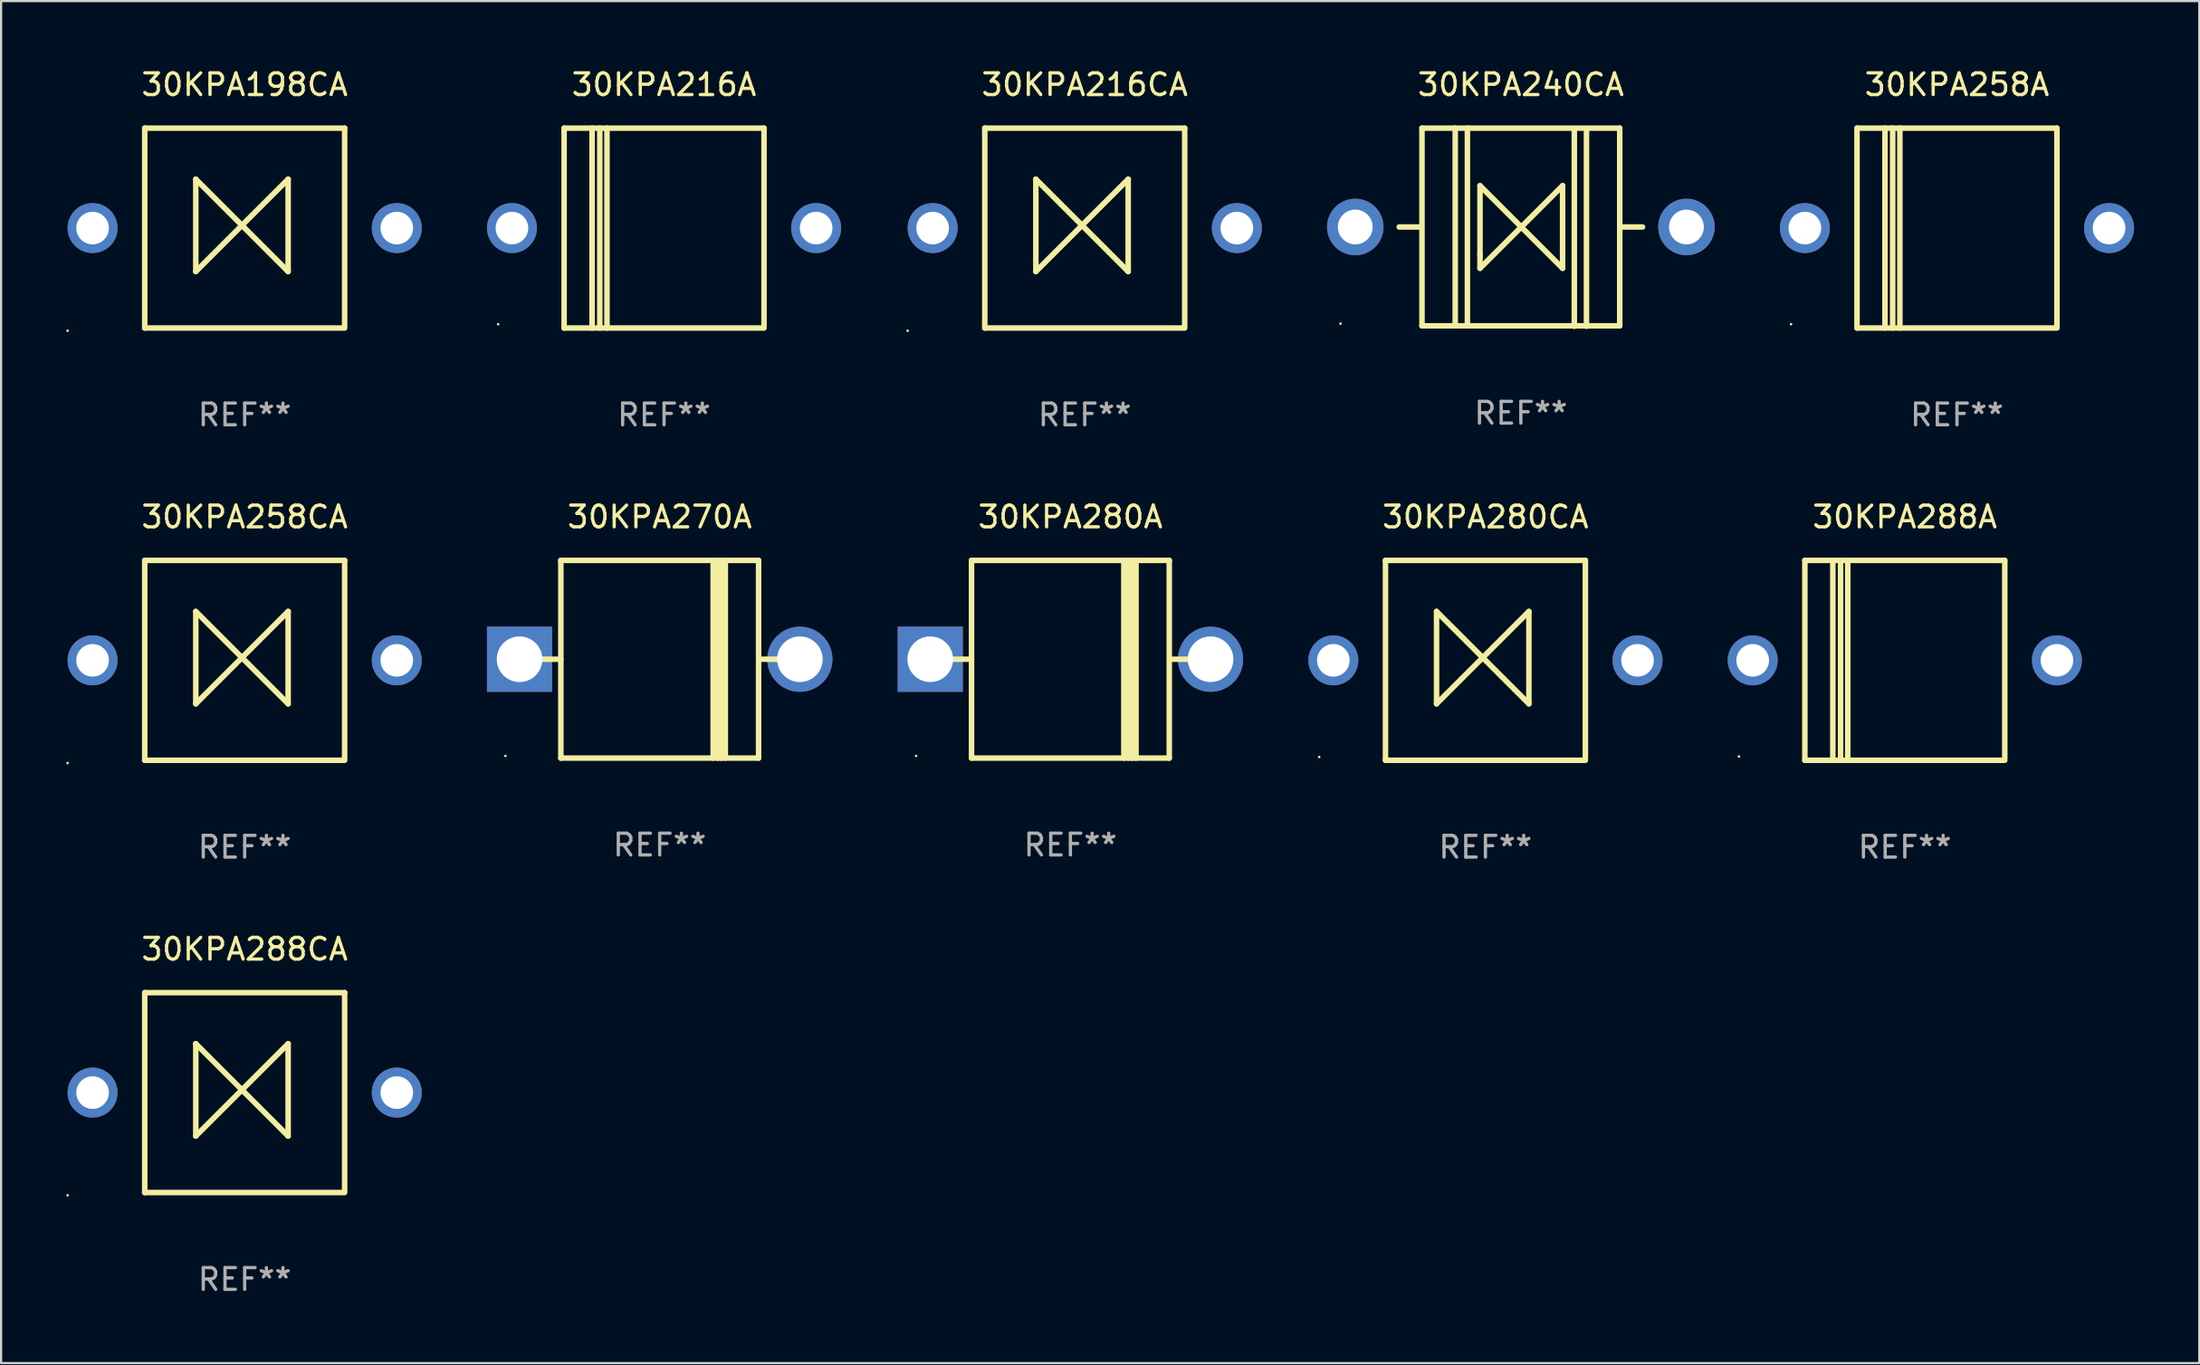
<source format=kicad_pcb>
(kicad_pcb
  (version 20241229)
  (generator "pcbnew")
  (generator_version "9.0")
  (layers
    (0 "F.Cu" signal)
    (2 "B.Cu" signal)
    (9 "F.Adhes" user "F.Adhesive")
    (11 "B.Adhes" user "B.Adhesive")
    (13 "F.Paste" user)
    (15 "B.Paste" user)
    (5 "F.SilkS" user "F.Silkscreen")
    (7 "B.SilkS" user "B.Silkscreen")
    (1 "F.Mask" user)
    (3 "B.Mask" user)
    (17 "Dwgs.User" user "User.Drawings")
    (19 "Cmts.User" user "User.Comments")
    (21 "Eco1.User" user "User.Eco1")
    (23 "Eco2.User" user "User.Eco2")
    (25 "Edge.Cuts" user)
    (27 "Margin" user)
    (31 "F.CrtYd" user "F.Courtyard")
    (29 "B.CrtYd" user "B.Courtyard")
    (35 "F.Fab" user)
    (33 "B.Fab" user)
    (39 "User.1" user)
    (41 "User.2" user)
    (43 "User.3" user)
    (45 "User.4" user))
  (footprint "30KPA240CA"
    (layer "F.Cu")
    (at 66.94 7.409)
    (property "Reference" "30KPA240CA" (at 0 -6.561 0) (layer "F.SilkS") (effects (font (size 1 1) (thickness 0.15))))
    (attr through_hole)
    (fp_line (start -4.58 -0.011) (end -5.6 -0.011) (stroke (width 0.254) (type solid)) (layer "F.SilkS"))
    (fp_line (start -4.55 -4.561) (end 4.55 -4.561) (stroke (width 0.254) (type solid)) (layer "F.SilkS"))
    (fp_line (start -4.55 -4.561) (end -4.55 4.539) (stroke (width 0.254) (type solid)) (layer "F.SilkS"))
    (fp_line (start -3.02 -4.561) (end -3.02 4.539) (stroke (width 0.254) (type solid)) (layer "F.SilkS"))
    (fp_line (start -2.46 -4.561) (end -2.46 4.539) (stroke (width 0.254) (type solid)) (layer "F.SilkS"))
    (fp_line (start -1.88 -1.911) (end 0.02 -0.011) (stroke (width 0.254) (type solid)) (layer "F.SilkS"))
    (fp_line (start -1.88 1.289) (end -1.88 -1.911) (stroke (width 0.254) (type solid)) (layer "F.SilkS"))
    (fp_line (start -1.88 1.889) (end -1.88 1.289) (stroke (width 0.254) (type solid)) (layer "F.SilkS"))
    (fp_line (start 0.02 -0.011) (end -1.88 1.889) (stroke (width 0.254) (type solid)) (layer "F.SilkS"))
    (fp_line (start 0.02 -0.011) (end 1.92 -1.911) (stroke (width 0.254) (type solid)) (layer "F.SilkS"))
    (fp_line (start 1.92 -1.911) (end 1.92 -1.311) (stroke (width 0.254) (type solid)) (layer "F.SilkS"))
    (fp_line (start 1.92 -1.311) (end 1.92 1.889) (stroke (width 0.254) (type solid)) (layer "F.SilkS"))
    (fp_line (start 1.92 1.889) (end 0.02 -0.011) (stroke (width 0.254) (type solid)) (layer "F.SilkS"))
    (fp_line (start 2.46 -4.539) (end 2.46 4.561) (stroke (width 0.254) (type solid)) (layer "F.SilkS"))
    (fp_line (start 3.02 -4.539) (end 3.02 4.561) (stroke (width 0.254) (type solid)) (layer "F.SilkS"))
    (fp_line (start 4.55 4.539) (end -4.55 4.539) (stroke (width 0.254) (type solid)) (layer "F.SilkS"))
    (fp_line (start 4.55 4.539) (end 4.55 -4.561) (stroke (width 0.254) (type solid)) (layer "F.SilkS"))
    (fp_line (start 5.6 -0.011) (end 4.55 -0.011) (stroke (width 0.254) (type solid)) (layer "F.SilkS"))
    (fp_circle (center -8.3 4.439) (end -8.27 4.439) (stroke (width 0.06) (type solid)) (fill no) (layer "F.SilkS"))
    (fp_text user "REF**" (at 0 8.561 0) (layer "F.Fab") (effects (font (size 1 1) (thickness 0.15))))
    (pad "1" thru_hole circle (at -7.62 -0.011) (size 2.6 2.6) (drill 1.6) (layers "*.Cu" "*.Mask"))
    (pad "2" thru_hole circle (at 7.62 -0.011) (size 2.6 2.6) (drill 1.6) (layers "*.Cu" "*.Mask")))
  (footprint "30KPA216CA"
    (layer "F.Cu")
    (at 46.87 7.448)
    (property "Reference" "30KPA216CA" (at 0 -6.6 0) (layer "F.SilkS") (effects (font (size 1 1) (thickness 0.15))))
    (attr through_hole)
    (fp_line (start -4.6 -4.6) (end -4.6 4.6) (stroke (width 0.254) (type solid)) (layer "F.SilkS"))
    (fp_line (start -4.6 -4.6) (end 4.6 -4.6) (stroke (width 0.254) (type solid)) (layer "F.SilkS"))
    (fp_line (start -4.6 4.6) (end 4.6 4.6) (stroke (width 0.254) (type solid)) (layer "F.SilkS"))
    (fp_line (start -2.25 -2.25) (end -2.25 2) (stroke (width 0.254) (type solid)) (layer "F.SilkS"))
    (fp_line (start -2.25 2) (end 2 -2.25) (stroke (width 0.254) (type solid)) (layer "F.SilkS"))
    (fp_line (start 2 -2.25) (end 2 2) (stroke (width 0.254) (type solid)) (layer "F.SilkS"))
    (fp_line (start 2 2) (end -2.25 -2.25) (stroke (width 0.254) (type solid)) (layer "F.SilkS"))
    (fp_line (start 4.6 -4.6) (end 4.6 4.5) (stroke (width 0.254) (type solid)) (layer "F.SilkS"))
    (fp_circle (center -8.15 4.727) (end -8.12 4.727) (stroke (width 0.06) (type solid)) (fill no) (layer "F.SilkS"))
    (fp_text user "REF**" (at 0 8.6 0) (layer "F.Fab") (effects (font (size 1 1) (thickness 0.15))))
    (pad "1" thru_hole circle (at -7 0) (size 2.3 2.3) (drill 1.5) (layers "*.Cu" "*.Mask"))
    (pad "2" thru_hole circle (at 7 0) (size 2.3 2.3) (drill 1.5) (layers "*.Cu" "*.Mask")))
  (footprint "30KPA288CA"
    (layer "F.Cu")
    (at 8.21 47.241)
    (property "Reference" "30KPA288CA" (at 0 -6.6 0) (layer "F.SilkS") (effects (font (size 1 1) (thickness 0.15))))
    (attr through_hole)
    (fp_line (start -4.6 -4.6) (end -4.6 4.6) (stroke (width 0.254) (type solid)) (layer "F.SilkS"))
    (fp_line (start -4.6 -4.6) (end 4.6 -4.6) (stroke (width 0.254) (type solid)) (layer "F.SilkS"))
    (fp_line (start -4.6 4.6) (end 4.6 4.6) (stroke (width 0.254) (type solid)) (layer "F.SilkS"))
    (fp_line (start -2.25 -2.25) (end -2.25 2) (stroke (width 0.254) (type solid)) (layer "F.SilkS"))
    (fp_line (start -2.25 2) (end 2 -2.25) (stroke (width 0.254) (type solid)) (layer "F.SilkS"))
    (fp_line (start 2 -2.25) (end 2 2) (stroke (width 0.254) (type solid)) (layer "F.SilkS"))
    (fp_line (start 2 2) (end -2.25 -2.25) (stroke (width 0.254) (type solid)) (layer "F.SilkS"))
    (fp_line (start 4.6 -4.6) (end 4.6 4.5) (stroke (width 0.254) (type solid)) (layer "F.SilkS"))
    (fp_circle (center -8.15 4.727) (end -8.12 4.727) (stroke (width 0.06) (type solid)) (fill no) (layer "F.SilkS"))
    (fp_text user "REF**" (at 0 8.6 0) (layer "F.Fab") (effects (font (size 1 1) (thickness 0.15))))
    (pad "1" thru_hole circle (at -7 0) (size 2.3 2.3) (drill 1.5) (layers "*.Cu" "*.Mask"))
    (pad "2" thru_hole circle (at 7 0) (size 2.3 2.3) (drill 1.5) (layers "*.Cu" "*.Mask")))
  (footprint "30KPA258A"
    (layer "F.Cu")
    (at 87.01 7.448)
    (property "Reference" "30KPA258A" (at 0 -6.6 0) (layer "F.SilkS") (effects (font (size 1 1) (thickness 0.15))))
    (attr through_hole)
    (fp_line (start -4.6 -4.6) (end -4.6 4.6) (stroke (width 0.254) (type solid)) (layer "F.SilkS"))
    (fp_line (start -4.6 -4.6) (end 4.6 -4.6) (stroke (width 0.254) (type solid)) (layer "F.SilkS"))
    (fp_line (start -4.6 4.6) (end 4.6 4.6) (stroke (width 0.254) (type solid)) (layer "F.SilkS"))
    (fp_line (start -3.313 -4.6) (end -3.313 4.6) (stroke (width 0.254) (type solid)) (layer "F.SilkS"))
    (fp_line (start -2.957 -4.6) (end -2.957 4.6) (stroke (width 0.254) (type solid)) (layer "F.SilkS"))
    (fp_line (start -2.627 -4.6) (end -2.627 4.6) (stroke (width 0.254) (type solid)) (layer "F.SilkS"))
    (fp_line (start 4.6 -4.6) (end 4.6 4.5) (stroke (width 0.254) (type solid)) (layer "F.SilkS"))
    (fp_circle (center -7.635 4.425) (end -7.605 4.425) (stroke (width 0.06) (type solid)) (fill no) (layer "F.SilkS"))
    (fp_text user "REF**" (at 0 8.6 0) (layer "F.Fab") (effects (font (size 1 1) (thickness 0.15))))
    (pad "1" thru_hole circle (at -7 0) (size 2.3 2.3) (drill 1.5) (layers "*.Cu" "*.Mask"))
    (pad "2" thru_hole circle (at 7 0) (size 2.3 2.3) (drill 1.5) (layers "*.Cu" "*.Mask")))
  (footprint "30KPA270A"
    (layer "F.Cu")
    (at 27.31 27.295)
    (property "Reference" "30KPA270A" (at 0 -6.551 0) (layer "F.SilkS") (effects (font (size 1 1) (thickness 0.15))))
    (attr through_hole)
    (fp_line (start -5.6 -0.001) (end -4.55 -0.001) (stroke (width 0.254) (type solid)) (layer "F.SilkS"))
    (fp_line (start -4.55 -4.551) (end -4.55 4.55) (stroke (width 0.254) (type solid)) (layer "F.SilkS"))
    (fp_line (start -4.55 -4.551) (end 4.55 -4.551) (stroke (width 0.254) (type solid)) (layer "F.SilkS"))
    (fp_line (start 2.46 4.55) (end 2.46 -4.551) (stroke (width 0.254) (type solid)) (layer "F.SilkS"))
    (fp_line (start 2.67 4.55) (end 2.67 -4.551) (stroke (width 0.254) (type solid)) (layer "F.SilkS"))
    (fp_line (start 2.841 4.551) (end 2.841 -4.55) (stroke (width 0.254) (type solid)) (layer "F.SilkS"))
    (fp_line (start 3.02 4.55) (end 3.02 -4.551) (stroke (width 0.254) (type solid)) (layer "F.SilkS"))
    (fp_line (start 4.55 4.55) (end 4.55 -4.551) (stroke (width 0.254) (type solid)) (layer "F.SilkS"))
    (fp_line (start 4.55 4.549) (end -4.55 4.549) (stroke (width 0.254) (type solid)) (layer "F.SilkS"))
    (fp_line (start 4.58 -0.001) (end 5.6 -0.001) (stroke (width 0.254) (type solid)) (layer "F.SilkS"))
    (fp_circle (center -7.1 4.449) (end -7.07 4.449) (stroke (width 0.06) (type solid)) (fill no) (layer "F.SilkS"))
    (fp_text user "REF**" (at 0 8.551 0) (layer "F.Fab") (effects (font (size 1 1) (thickness 0.15))))
    (pad "1" thru_hole rect (at -6.45 -0.001 180) (size 3 3) (drill 2.1) (layers "*.Cu" "*.Mask"))
    (pad "2" thru_hole circle (at 6.45 -0.001) (size 3 3) (drill 2.1) (layers "*.Cu" "*.Mask")))
  (footprint "30KPA288A"
    (layer "F.Cu")
    (at 84.61 27.345)
    (property "Reference" "30KPA288A" (at 0 -6.6 0) (layer "F.SilkS") (effects (font (size 1 1) (thickness 0.15))))
    (attr through_hole)
    (fp_line (start -4.6 -4.6) (end -4.6 4.6) (stroke (width 0.254) (type solid)) (layer "F.SilkS"))
    (fp_line (start -4.6 -4.6) (end 4.6 -4.6) (stroke (width 0.254) (type solid)) (layer "F.SilkS"))
    (fp_line (start -4.6 4.6) (end 4.6 4.6) (stroke (width 0.254) (type solid)) (layer "F.SilkS"))
    (fp_line (start -3.313 -4.6) (end -3.313 4.6) (stroke (width 0.254) (type solid)) (layer "F.SilkS"))
    (fp_line (start -2.957 -4.6) (end -2.957 4.6) (stroke (width 0.254) (type solid)) (layer "F.SilkS"))
    (fp_line (start -2.627 -4.6) (end -2.627 4.6) (stroke (width 0.254) (type solid)) (layer "F.SilkS"))
    (fp_line (start 4.6 -4.6) (end 4.6 4.5) (stroke (width 0.254) (type solid)) (layer "F.SilkS"))
    (fp_circle (center -7.635 4.425) (end -7.605 4.425) (stroke (width 0.06) (type solid)) (fill no) (layer "F.SilkS"))
    (fp_text user "REF**" (at 0 8.6 0) (layer "F.Fab") (effects (font (size 1 1) (thickness 0.15))))
    (pad "1" thru_hole circle (at -7 0) (size 2.3 2.3) (drill 1.5) (layers "*.Cu" "*.Mask"))
    (pad "2" thru_hole circle (at 7 0) (size 2.3 2.3) (drill 1.5) (layers "*.Cu" "*.Mask")))
  (footprint "30KPA258CA"
    (layer "F.Cu")
    (at 8.21 27.345)
    (property "Reference" "30KPA258CA" (at 0 -6.6 0) (layer "F.SilkS") (effects (font (size 1 1) (thickness 0.15))))
    (attr through_hole)
    (fp_line (start -4.6 -4.6) (end -4.6 4.6) (stroke (width 0.254) (type solid)) (layer "F.SilkS"))
    (fp_line (start -4.6 -4.6) (end 4.6 -4.6) (stroke (width 0.254) (type solid)) (layer "F.SilkS"))
    (fp_line (start -4.6 4.6) (end 4.6 4.6) (stroke (width 0.254) (type solid)) (layer "F.SilkS"))
    (fp_line (start -2.25 -2.25) (end -2.25 2) (stroke (width 0.254) (type solid)) (layer "F.SilkS"))
    (fp_line (start -2.25 2) (end 2 -2.25) (stroke (width 0.254) (type solid)) (layer "F.SilkS"))
    (fp_line (start 2 -2.25) (end 2 2) (stroke (width 0.254) (type solid)) (layer "F.SilkS"))
    (fp_line (start 2 2) (end -2.25 -2.25) (stroke (width 0.254) (type solid)) (layer "F.SilkS"))
    (fp_line (start 4.6 -4.6) (end 4.6 4.5) (stroke (width 0.254) (type solid)) (layer "F.SilkS"))
    (fp_circle (center -8.15 4.727) (end -8.12 4.727) (stroke (width 0.06) (type solid)) (fill no) (layer "F.SilkS"))
    (fp_text user "REF**" (at 0 8.6 0) (layer "F.Fab") (effects (font (size 1 1) (thickness 0.15))))
    (pad "1" thru_hole circle (at -7 0) (size 2.3 2.3) (drill 1.5) (layers "*.Cu" "*.Mask"))
    (pad "2" thru_hole circle (at 7 0) (size 2.3 2.3) (drill 1.5) (layers "*.Cu" "*.Mask")))
  (footprint "30KPA216A"
    (layer "F.Cu")
    (at 27.51 7.448)
    (property "Reference" "30KPA216A" (at 0 -6.6 0) (layer "F.SilkS") (effects (font (size 1 1) (thickness 0.15))))
    (attr through_hole)
    (fp_line (start -4.6 -4.6) (end -4.6 4.6) (stroke (width 0.254) (type solid)) (layer "F.SilkS"))
    (fp_line (start -4.6 -4.6) (end 4.6 -4.6) (stroke (width 0.254) (type solid)) (layer "F.SilkS"))
    (fp_line (start -4.6 4.6) (end 4.6 4.6) (stroke (width 0.254) (type solid)) (layer "F.SilkS"))
    (fp_line (start -3.313 -4.6) (end -3.313 4.6) (stroke (width 0.254) (type solid)) (layer "F.SilkS"))
    (fp_line (start -2.957 -4.6) (end -2.957 4.6) (stroke (width 0.254) (type solid)) (layer "F.SilkS"))
    (fp_line (start -2.627 -4.6) (end -2.627 4.6) (stroke (width 0.254) (type solid)) (layer "F.SilkS"))
    (fp_line (start 4.6 -4.6) (end 4.6 4.5) (stroke (width 0.254) (type solid)) (layer "F.SilkS"))
    (fp_circle (center -7.635 4.425) (end -7.605 4.425) (stroke (width 0.06) (type solid)) (fill no) (layer "F.SilkS"))
    (fp_text user "REF**" (at 0 8.6 0) (layer "F.Fab") (effects (font (size 1 1) (thickness 0.15))))
    (pad "1" thru_hole circle (at -7 0) (size 2.3 2.3) (drill 1.5) (layers "*.Cu" "*.Mask"))
    (pad "2" thru_hole circle (at 7 0) (size 2.3 2.3) (drill 1.5) (layers "*.Cu" "*.Mask")))
  (footprint "30KPA280CA"
    (layer "F.Cu")
    (at 65.31 27.345)
    (property "Reference" "30KPA280CA" (at 0 -6.6 0) (layer "F.SilkS") (effects (font (size 1 1) (thickness 0.15))))
    (attr through_hole)
    (fp_line (start -4.6 -4.6) (end -4.6 4.6) (stroke (width 0.254) (type solid)) (layer "F.SilkS"))
    (fp_line (start -4.6 -4.6) (end 4.6 -4.6) (stroke (width 0.254) (type solid)) (layer "F.SilkS"))
    (fp_line (start -4.6 4.6) (end 4.6 4.6) (stroke (width 0.254) (type solid)) (layer "F.SilkS"))
    (fp_line (start -2.25 -2.25) (end -2.25 2) (stroke (width 0.254) (type solid)) (layer "F.SilkS"))
    (fp_line (start -2.25 2) (end 2 -2.25) (stroke (width 0.254) (type solid)) (layer "F.SilkS"))
    (fp_line (start 2 -2.25) (end 2 2) (stroke (width 0.254) (type solid)) (layer "F.SilkS"))
    (fp_line (start 2 2) (end -2.25 -2.25) (stroke (width 0.254) (type solid)) (layer "F.SilkS"))
    (fp_line (start 4.6 -4.6) (end 4.6 4.5) (stroke (width 0.254) (type solid)) (layer "F.SilkS"))
    (fp_circle (center -7.65 4.45) (end -7.62 4.45) (stroke (width 0.06) (type solid)) (fill no) (layer "F.SilkS"))
    (fp_text user "REF**" (at 0 8.6 0) (layer "F.Fab") (effects (font (size 1 1) (thickness 0.15))))
    (pad "1" thru_hole circle (at -7 0) (size 2.3 2.3) (drill 1.5) (layers "*.Cu" "*.Mask"))
    (pad "2" thru_hole circle (at 7 0) (size 2.3 2.3) (drill 1.5) (layers "*.Cu" "*.Mask")))
  (footprint "30KPA280A"
    (layer "F.Cu")
    (at 46.21 27.295)
    (property "Reference" "30KPA280A" (at 0 -6.551 0) (layer "F.SilkS") (effects (font (size 1 1) (thickness 0.15))))
    (attr through_hole)
    (fp_line (start -5.6 -0.001) (end -4.55 -0.001) (stroke (width 0.254) (type solid)) (layer "F.SilkS"))
    (fp_line (start -4.55 -4.551) (end -4.55 4.55) (stroke (width 0.254) (type solid)) (layer "F.SilkS"))
    (fp_line (start -4.55 -4.551) (end 4.55 -4.551) (stroke (width 0.254) (type solid)) (layer "F.SilkS"))
    (fp_line (start 2.46 4.55) (end 2.46 -4.551) (stroke (width 0.254) (type solid)) (layer "F.SilkS"))
    (fp_line (start 2.67 4.55) (end 2.67 -4.551) (stroke (width 0.254) (type solid)) (layer "F.SilkS"))
    (fp_line (start 2.841 4.551) (end 2.841 -4.55) (stroke (width 0.254) (type solid)) (layer "F.SilkS"))
    (fp_line (start 3.02 4.55) (end 3.02 -4.551) (stroke (width 0.254) (type solid)) (layer "F.SilkS"))
    (fp_line (start 4.55 4.55) (end 4.55 -4.551) (stroke (width 0.254) (type solid)) (layer "F.SilkS"))
    (fp_line (start 4.55 4.549) (end -4.55 4.549) (stroke (width 0.254) (type solid)) (layer "F.SilkS"))
    (fp_line (start 4.58 -0.001) (end 5.6 -0.001) (stroke (width 0.254) (type solid)) (layer "F.SilkS"))
    (fp_circle (center -7.1 4.449) (end -7.07 4.449) (stroke (width 0.06) (type solid)) (fill no) (layer "F.SilkS"))
    (fp_text user "REF**" (at 0 8.551 0) (layer "F.Fab") (effects (font (size 1 1) (thickness 0.15))))
    (pad "1" thru_hole rect (at -6.45 -0.001 180) (size 3 3) (drill 2.1) (layers "*.Cu" "*.Mask"))
    (pad "2" thru_hole circle (at 6.45 -0.001) (size 3 3) (drill 2.1) (layers "*.Cu" "*.Mask")))
  (footprint "30KPA198CA"
    (layer "F.Cu")
    (at 8.21 7.448)
    (property "Reference" "30KPA198CA" (at 0 -6.6 0) (layer "F.SilkS") (effects (font (size 1 1) (thickness 0.15))))
    (attr through_hole)
    (fp_line (start -4.6 -4.6) (end -4.6 4.6) (stroke (width 0.254) (type solid)) (layer "F.SilkS"))
    (fp_line (start -4.6 -4.6) (end 4.6 -4.6) (stroke (width 0.254) (type solid)) (layer "F.SilkS"))
    (fp_line (start -4.6 4.6) (end 4.6 4.6) (stroke (width 0.254) (type solid)) (layer "F.SilkS"))
    (fp_line (start -2.25 -2.25) (end -2.25 2) (stroke (width 0.254) (type solid)) (layer "F.SilkS"))
    (fp_line (start -2.25 2) (end 2 -2.25) (stroke (width 0.254) (type solid)) (layer "F.SilkS"))
    (fp_line (start 2 -2.25) (end 2 2) (stroke (width 0.254) (type solid)) (layer "F.SilkS"))
    (fp_line (start 2 2) (end -2.25 -2.25) (stroke (width 0.254) (type solid)) (layer "F.SilkS"))
    (fp_line (start 4.6 -4.6) (end 4.6 4.5) (stroke (width 0.254) (type solid)) (layer "F.SilkS"))
    (fp_circle (center -8.15 4.727) (end -8.12 4.727) (stroke (width 0.06) (type solid)) (fill no) (layer "F.SilkS"))
    (fp_text user "REF**" (at 0 8.6 0) (layer "F.Fab") (effects (font (size 1 1) (thickness 0.15))))
    (pad "1" thru_hole circle (at -7 0) (size 2.3 2.3) (drill 1.5) (layers "*.Cu" "*.Mask"))
    (pad "2" thru_hole circle (at 7 0) (size 2.3 2.3) (drill 1.5) (layers "*.Cu" "*.Mask")))
  (gr_rect
    (start -3 -3)
    (end 98.16 59.69)
    (stroke (width 0.1) (type default))
    (fill no)
    (layer "Edge.Cuts")))
</source>
